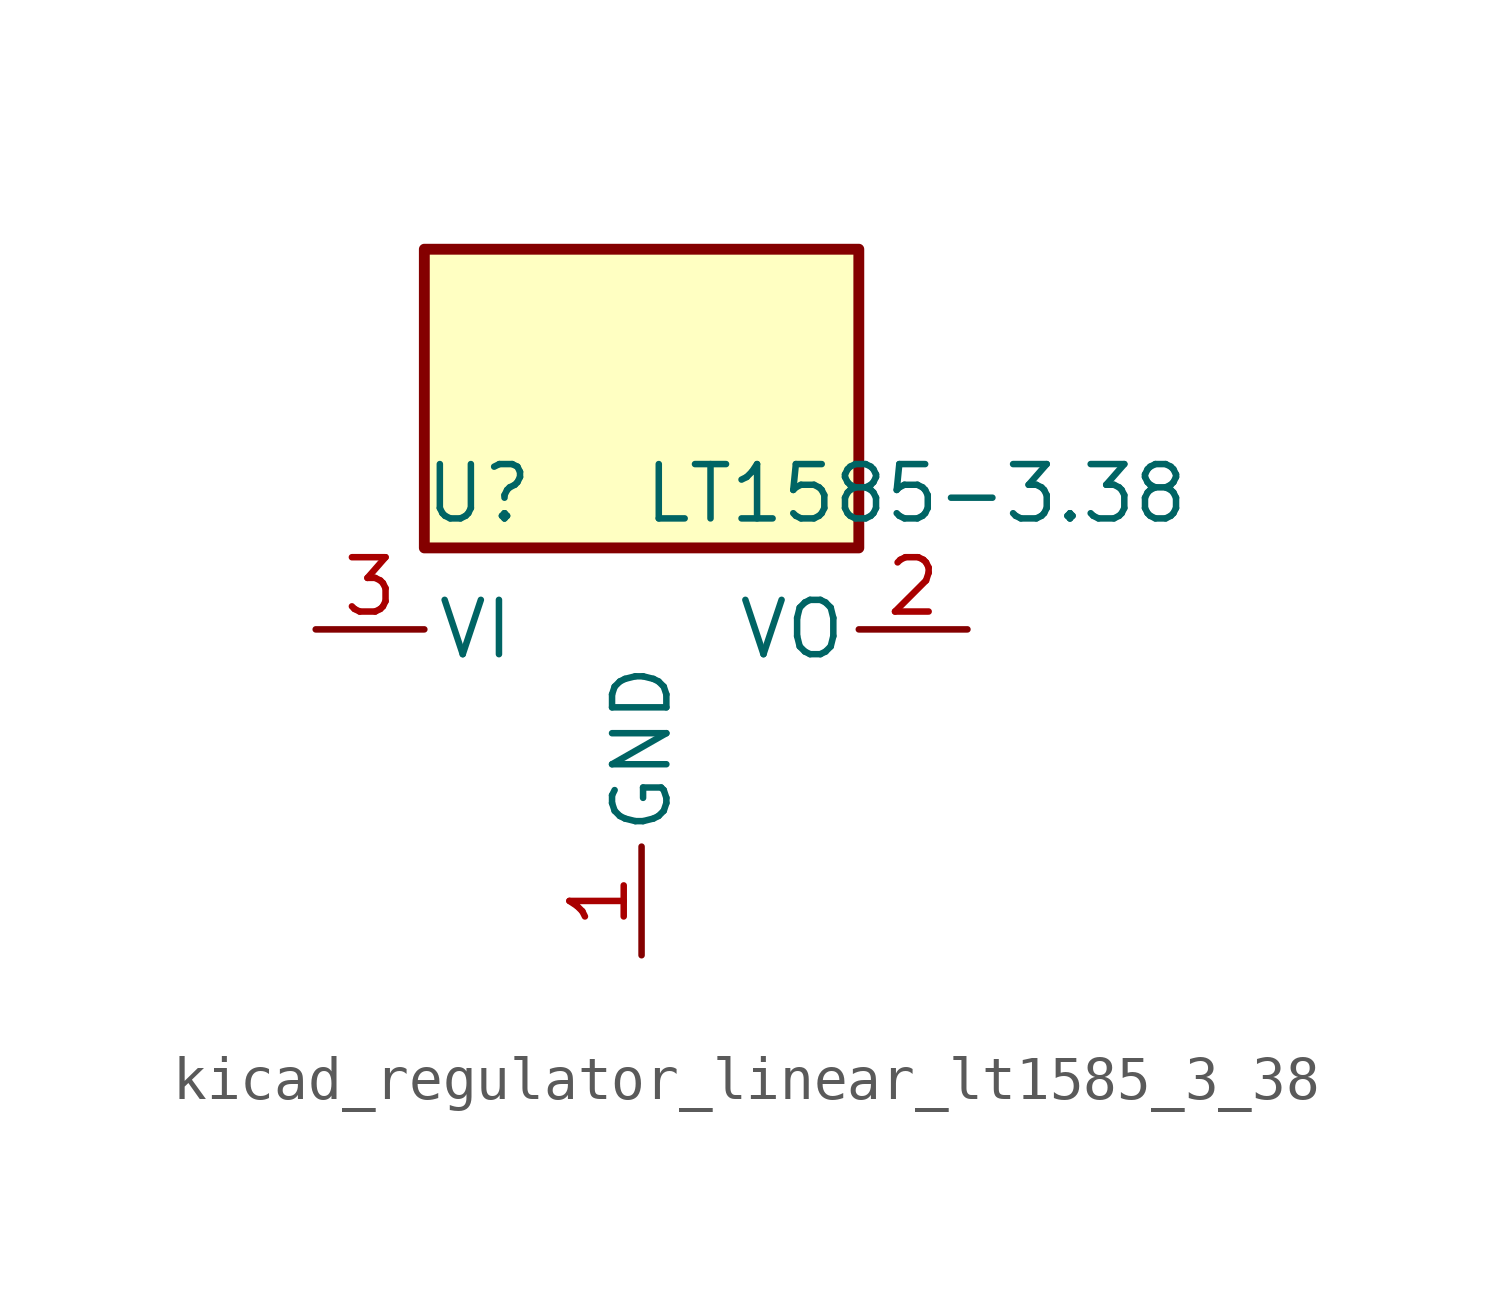
<source format=kicad_sym>
(kicad_symbol_lib
  (version 20220914)
  (generator kicad_symbol_editor)
  (symbol "kicad_regulator_linear_lt1585_3_38"
    (pin_names
      (offset 0.254))
    (property "Reference" "U"
      (at -3.81 3.175 0)
      (effects (font (size 1.27 1.27))))
    (property "Value" "LT1585-3.38"
      (at 0 3.175 0)
      (effects (font (size 1.27 1.27)) (justify left)))
    (symbol "kicad_regulator_linear_lt1585_3_38_0_1"
      (rectangle (start 5.08 8.89) (end -5.08 1.905) (stroke (width 0.254) (type default)) (fill (type background))))
    (symbol "kicad_regulator_linear_lt1585_3_38_1_1"
      (pin power_in line (at 0 -7.62 90) (length 2.54) (name "GND" (effects (font (size 1.27 1.27)))) (number "1" (effects (font (size 1.27 1.27)))))
      (pin power_out line (at 7.62 0 180) (length 2.54) (name "VO" (effects (font (size 1.27 1.27)))) (number "2" (effects (font (size 1.27 1.27)))))
      (pin power_in line (at -7.62 0 0) (length 2.54) (name "VI" (effects (font (size 1.27 1.27)))) (number "3" (effects (font (size 1.27 1.27))))))))
</source>
